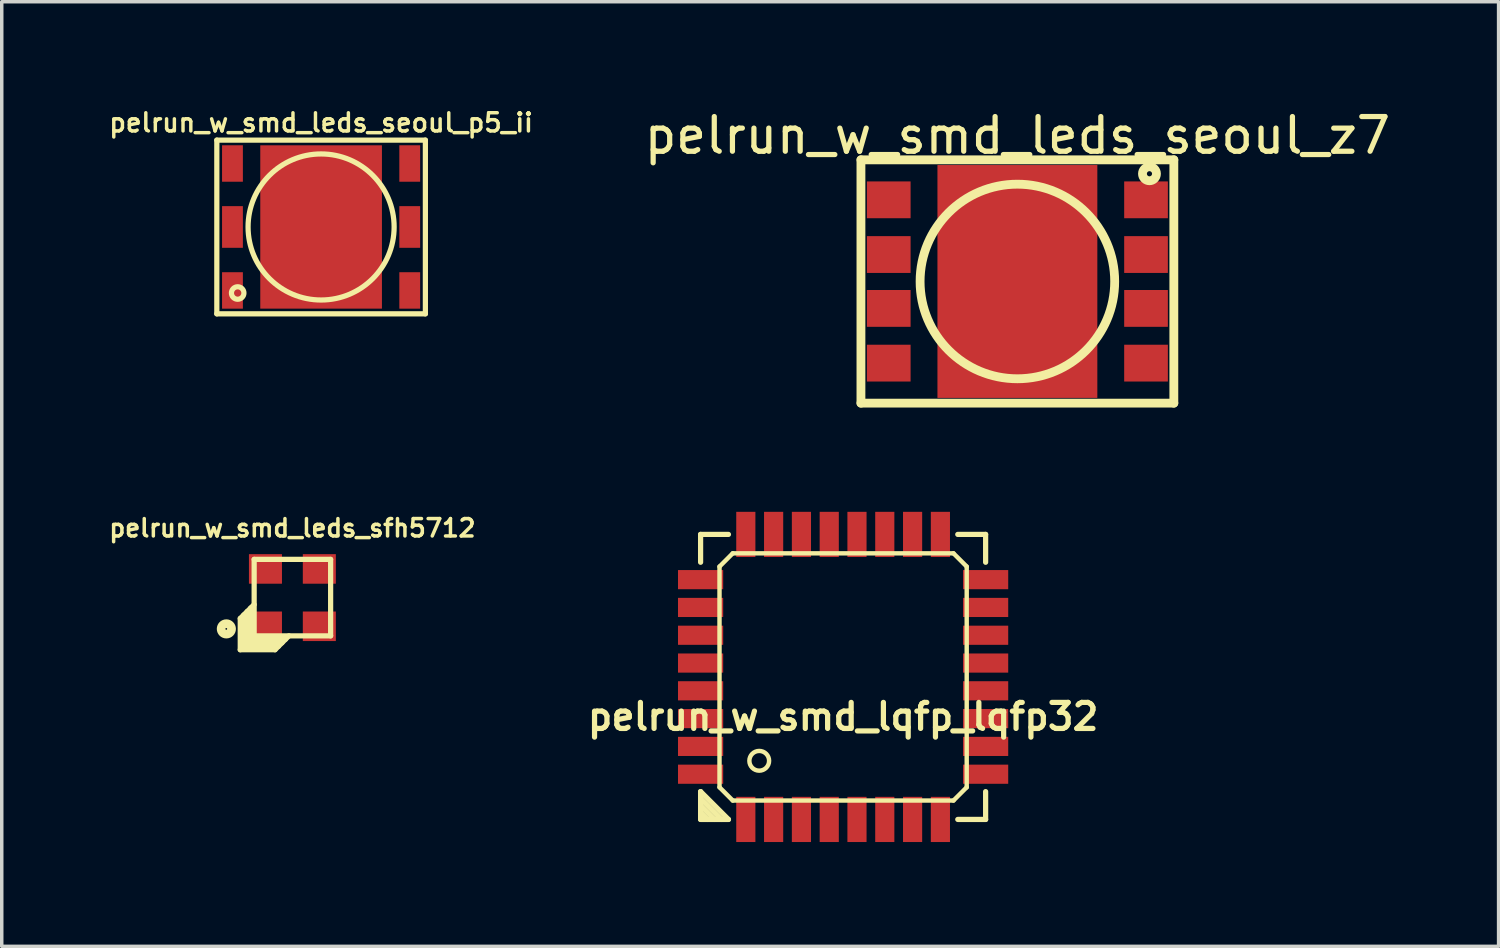
<source format=kicad_pcb>
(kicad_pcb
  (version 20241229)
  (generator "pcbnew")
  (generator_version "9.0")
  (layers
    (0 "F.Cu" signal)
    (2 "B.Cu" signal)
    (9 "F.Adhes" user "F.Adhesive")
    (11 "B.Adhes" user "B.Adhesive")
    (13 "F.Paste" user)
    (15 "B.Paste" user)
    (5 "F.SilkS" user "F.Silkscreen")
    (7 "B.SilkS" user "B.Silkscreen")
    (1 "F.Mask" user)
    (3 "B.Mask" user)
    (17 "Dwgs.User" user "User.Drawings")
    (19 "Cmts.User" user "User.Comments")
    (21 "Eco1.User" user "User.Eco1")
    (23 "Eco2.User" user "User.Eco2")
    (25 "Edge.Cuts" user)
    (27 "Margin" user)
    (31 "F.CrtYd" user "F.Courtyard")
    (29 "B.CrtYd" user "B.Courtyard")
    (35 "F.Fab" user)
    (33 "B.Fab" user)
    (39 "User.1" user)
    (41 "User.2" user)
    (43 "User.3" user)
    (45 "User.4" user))
  (footprint "pelrun_w_smd_leds_seoul_p5_ii"
    (layer "F.Cu")
    (at 6.188 3.48)
    (property "Reference" "pelrun_w_smd_leds_seoul_p5_ii" (at 0 -3 0) (layer "F.SilkS") (effects (font (size 0.523 0.523) (thickness 0.099))))
    (attr through_hole)
    (fp_line (start -3 -2.499) (end -3 2.499) (stroke (width 0.15) (type solid)) (layer "F.SilkS"))
    (fp_line (start -3 -2.499) (end 3 -2.499) (stroke (width 0.15) (type solid)) (layer "F.SilkS"))
    (fp_line (start 3 -2.499) (end 3 2.499) (stroke (width 0.15) (type solid)) (layer "F.SilkS"))
    (fp_line (start 3 2.499) (end -3 2.499) (stroke (width 0.15) (type solid)) (layer "F.SilkS"))
    (fp_circle (center -2.4 1.9) (end -2.55 1.999) (stroke (width 0.15) (type solid)) (fill no) (layer "F.SilkS"))
    (fp_circle (center 0 0) (end 0 -2.101) (stroke (width 0.15) (type solid)) (fill no) (layer "F.SilkS"))
    (pad "1" smd rect (at 2.55 -1.826) (size 0.599 1.049) (layers "F.Cu" "F.Mask" "F.Paste"))
    (pad "2" smd rect (at 2.55 0) (size 0.599 1.199) (layers "F.Cu" "F.Mask" "F.Paste"))
    (pad "3" smd rect (at 2.55 1.826) (size 0.599 1.049) (layers "F.Cu" "F.Mask" "F.Paste"))
    (pad "4" smd rect (at -2.55 1.826) (size 0.599 1.049) (layers "F.Cu" "F.Mask" "F.Paste"))
    (pad "5" smd rect (at -2.55 0) (size 0.599 1.199) (layers "F.Cu" "F.Mask" "F.Paste"))
    (pad "6" smd rect (at -2.55 -1.826) (size 0.599 1.049) (layers "F.Cu" "F.Mask" "F.Paste"))
    (pad "7" smd rect (at 0 0) (size 3.5 4.699) (layers "F.Cu" "F.Mask" "F.Paste")))
  (footprint "pelrun_w_smd_leds_sfh5712"
    (layer "F.Cu")
    (at 5.362 14.143)
    (property "Reference" "pelrun_w_smd_leds_sfh5712" (at 0 -2 0) (layer "F.SilkS") (effects (font (size 0.5 0.5) (thickness 0.1))))
    (attr through_hole)
    (fp_line (start -1.5 0.6) (end -1.5 1.5) (stroke (width 0.15) (type solid)) (layer "F.SilkS"))
    (fp_line (start -1.5 0.6) (end -1.1 0.2) (stroke (width 0.15) (type solid)) (layer "F.SilkS"))
    (fp_line (start -1.4 0.5) (end -1.4 1.4) (stroke (width 0.15) (type solid)) (layer "F.SilkS"))
    (fp_line (start -1.4 1.4) (end -0.4 1.4) (stroke (width 0.15) (type solid)) (layer "F.SilkS"))
    (fp_line (start -1.3 0.4) (end -1.3 1.3) (stroke (width 0.15) (type solid)) (layer "F.SilkS"))
    (fp_line (start -1.3 1.3) (end -0.3 1.3) (stroke (width 0.15) (type solid)) (layer "F.SilkS"))
    (fp_line (start -1.2 0.3) (end -1.2 1.2) (stroke (width 0.15) (type solid)) (layer "F.SilkS"))
    (fp_line (start -1.2 1.2) (end -0.2 1.2) (stroke (width 0.15) (type solid)) (layer "F.SilkS"))
    (fp_line (start -1.1 -1.1) (end 1.1 -1.1) (stroke (width 0.15) (type solid)) (layer "F.SilkS"))
    (fp_line (start -1.1 1.1) (end -1.1 -1.1) (stroke (width 0.15) (type solid)) (layer "F.SilkS"))
    (fp_line (start -1.1 1.1) (end 1.1 1.1) (stroke (width 0.15) (type solid)) (layer "F.SilkS"))
    (fp_line (start -0.5 1.5) (end -1.5 1.5) (stroke (width 0.15) (type solid)) (layer "F.SilkS"))
    (fp_line (start -0.5 1.5) (end -0.1 1.1) (stroke (width 0.15) (type solid)) (layer "F.SilkS"))
    (fp_line (start 1.1 -1.1) (end 1.1 1.1) (stroke (width 0.15) (type solid)) (layer "F.SilkS"))
    (fp_circle (center -1.902 0.9) (end -1.902 1) (stroke (width 0.15) (type solid)) (fill no) (layer "F.SilkS"))
    (fp_circle (center -1.9 0.9) (end -2.1 0.9) (stroke (width 0.15) (type solid)) (fill no) (layer "F.SilkS"))
    (pad "1" smd rect (at -0.775 0.825) (size 0.95 0.85) (layers "F.Cu" "F.Mask" "F.Paste"))
    (pad "2" smd rect (at 0.775 0.825) (size 0.95 0.85) (layers "F.Cu" "F.Mask" "F.Paste"))
    (pad "3" smd rect (at 0.775 -0.825) (size 0.95 0.85) (layers "F.Cu" "F.Mask" "F.Paste"))
    (pad "4" smd rect (at -0.775 -0.825) (size 0.95 0.85) (layers "F.Cu" "F.Mask" "F.Paste")))
  (footprint "pelrun_w_smd_leds_seoul_z7"
    (layer "F.Cu")
    (at 26.22 5.048)
    (property "Reference" "pelrun_w_smd_leds_seoul_z7" (at 0 -4.201 0) (layer "F.SilkS") (effects (font (size 0.998 0.998) (thickness 0.15))))
    (attr smd)
    (fp_line (start -4.501 -3.5) (end 4.501 -3.5) (stroke (width 0.254) (type solid)) (layer "F.SilkS"))
    (fp_line (start -4.501 3.5) (end -4.501 -3.5) (stroke (width 0.254) (type solid)) (layer "F.SilkS"))
    (fp_line (start 4.501 -3.5) (end 4.501 3.5) (stroke (width 0.254) (type solid)) (layer "F.SilkS"))
    (fp_line (start 4.501 3.5) (end -4.501 3.5) (stroke (width 0.254) (type solid)) (layer "F.SilkS"))
    (fp_circle (center 0 0) (end -2.799 0) (stroke (width 0.254) (type solid)) (fill no) (layer "F.SilkS"))
    (fp_circle (center 3.8 -3.099) (end 3.599 -3.099) (stroke (width 0.254) (type solid)) (fill no) (layer "F.SilkS"))
    (pad "" smd rect (at -1.15 -1.675) (size 2.3 3.35) (layers "F.Mask" "F.Paste"))
    (pad "" smd rect (at -1.15 1.675) (size 2.3 3.35) (layers "F.Mask" "F.Paste"))
    (pad "" smd rect (at 1.15 -1.675) (size 2.3 3.35) (layers "F.Mask" "F.Paste"))
    (pad "" smd rect (at 1.15 1.675) (size 2.3 3.35) (layers "F.Mask" "F.Paste"))
    (pad "1" smd rect (at 3.701 -2.349) (size 1.257 1.059) (layers "F.Cu" "F.Mask" "F.Paste"))
    (pad "2" smd rect (at 3.701 -0.775) (size 1.257 1.059) (layers "F.Cu" "F.Mask" "F.Paste"))
    (pad "3" smd rect (at 3.701 0.775) (size 1.257 1.059) (layers "F.Cu" "F.Mask" "F.Paste"))
    (pad "4" smd rect (at 3.701 2.349) (size 1.257 1.059) (layers "F.Cu" "F.Mask" "F.Paste"))
    (pad "5" smd rect (at -3.701 2.349) (size 1.257 1.059) (layers "F.Cu" "F.Mask" "F.Paste"))
    (pad "6" smd rect (at -3.701 0.775) (size 1.257 1.059) (layers "F.Cu" "F.Mask" "F.Paste"))
    (pad "7" smd rect (at -3.701 -0.775) (size 1.257 1.059) (layers "F.Cu" "F.Mask" "F.Paste"))
    (pad "8" smd rect (at -3.701 -2.349) (size 1.257 1.059) (layers "F.Cu" "F.Mask" "F.Paste"))
    (pad "9" smd rect (at 0 0) (size 4.6 6.7) (layers "F.Cu")))
  (footprint "pelrun_w_smd_lqfp_lqfp32"
    (layer "F.Cu")
    (at 21.206 16.425)
    (property "Reference" "pelrun_w_smd_lqfp_lqfp32" (at 0 1.143 0) (layer "F.SilkS") (effects (font (size 0.749 0.749) (thickness 0.15))))
    (attr through_hole)
    (fp_line (start -4.1 -4.1) (end -3.299 -4.1) (stroke (width 0.15) (type solid)) (layer "F.SilkS"))
    (fp_line (start -4.1 -3.299) (end -4.1 -4.1) (stroke (width 0.15) (type solid)) (layer "F.SilkS"))
    (fp_line (start -4.1 3.299) (end -3.299 4.1) (stroke (width 0.15) (type solid)) (layer "F.SilkS"))
    (fp_line (start -4.1 3.701) (end -3.701 4.1) (stroke (width 0.15) (type solid)) (layer "F.SilkS"))
    (fp_line (start -4.1 4.1) (end -4.1 3.299) (stroke (width 0.15) (type solid)) (layer "F.SilkS"))
    (fp_line (start -3.899 4.1) (end -4.1 3.899) (stroke (width 0.15) (type solid)) (layer "F.SilkS"))
    (fp_line (start -3.556 -3.175) (end -3.175 -3.556) (stroke (width 0.127) (type solid)) (layer "F.SilkS"))
    (fp_line (start -3.556 3.175) (end -3.556 -3.175) (stroke (width 0.127) (type solid)) (layer "F.SilkS"))
    (fp_line (start -3.5 4.1) (end -4.1 3.5) (stroke (width 0.15) (type solid)) (layer "F.SilkS"))
    (fp_line (start -3.299 4.1) (end -4.1 4.1) (stroke (width 0.15) (type solid)) (layer "F.SilkS"))
    (fp_line (start -3.175 -3.556) (end 3.175 -3.556) (stroke (width 0.127) (type solid)) (layer "F.SilkS"))
    (fp_line (start -3.175 3.556) (end -3.556 3.175) (stroke (width 0.127) (type solid)) (layer "F.SilkS"))
    (fp_line (start 3.175 -3.556) (end 3.556 -3.175) (stroke (width 0.127) (type solid)) (layer "F.SilkS"))
    (fp_line (start 3.175 3.556) (end -3.175 3.556) (stroke (width 0.127) (type solid)) (layer "F.SilkS"))
    (fp_line (start 3.299 -4.1) (end 4.1 -4.1) (stroke (width 0.15) (type solid)) (layer "F.SilkS"))
    (fp_line (start 3.556 -3.175) (end 3.556 3.175) (stroke (width 0.127) (type solid)) (layer "F.SilkS"))
    (fp_line (start 3.556 3.175) (end 3.175 3.556) (stroke (width 0.127) (type solid)) (layer "F.SilkS"))
    (fp_line (start 4.1 -4.1) (end 4.1 -3.299) (stroke (width 0.15) (type solid)) (layer "F.SilkS"))
    (fp_line (start 4.1 3.299) (end 4.1 4.1) (stroke (width 0.15) (type solid)) (layer "F.SilkS"))
    (fp_line (start 4.1 4.1) (end 3.299 4.1) (stroke (width 0.15) (type solid)) (layer "F.SilkS"))
    (fp_circle (center -2.413 2.413) (end -2.667 2.54) (stroke (width 0.127) (type solid)) (fill no) (layer "F.SilkS"))
    (pad "1" smd rect (at -2.799 4.1) (size 0.551 1.3) (layers "F.Cu" "F.Mask" "F.Paste"))
    (pad "2" smd rect (at -1.999 4.1) (size 0.551 1.3) (layers "F.Cu" "F.Mask" "F.Paste"))
    (pad "3" smd rect (at -1.199 4.1) (size 0.551 1.3) (layers "F.Cu" "F.Mask" "F.Paste"))
    (pad "4" smd rect (at -0.399 4.1) (size 0.551 1.3) (layers "F.Cu" "F.Mask" "F.Paste"))
    (pad "5" smd rect (at 0.399 4.1) (size 0.551 1.3) (layers "F.Cu" "F.Mask" "F.Paste"))
    (pad "6" smd rect (at 1.199 4.1) (size 0.551 1.3) (layers "F.Cu" "F.Mask" "F.Paste"))
    (pad "7" smd rect (at 1.999 4.1) (size 0.551 1.3) (layers "F.Cu" "F.Mask" "F.Paste"))
    (pad "8" smd rect (at 2.799 4.1) (size 0.551 1.3) (layers "F.Cu" "F.Mask" "F.Paste"))
    (pad "9" smd rect (at 4.1 2.799) (size 1.3 0.551) (layers "F.Cu" "F.Mask" "F.Paste"))
    (pad "10" smd rect (at 4.1 1.999) (size 1.3 0.551) (layers "F.Cu" "F.Mask" "F.Paste"))
    (pad "11" smd rect (at 4.1 1.199) (size 1.3 0.551) (layers "F.Cu" "F.Mask" "F.Paste"))
    (pad "12" smd rect (at 4.1 0.399) (size 1.3 0.551) (layers "F.Cu" "F.Mask" "F.Paste"))
    (pad "13" smd rect (at 4.1 -0.399) (size 1.3 0.551) (layers "F.Cu" "F.Mask" "F.Paste"))
    (pad "14" smd rect (at 4.1 -1.199) (size 1.3 0.551) (layers "F.Cu" "F.Mask" "F.Paste"))
    (pad "15" smd rect (at 4.1 -1.999) (size 1.3 0.551) (layers "F.Cu" "F.Mask" "F.Paste"))
    (pad "16" smd rect (at 4.1 -2.799) (size 1.3 0.551) (layers "F.Cu" "F.Mask" "F.Paste"))
    (pad "17" smd rect (at 2.799 -4.1) (size 0.551 1.3) (layers "F.Cu" "F.Mask" "F.Paste"))
    (pad "18" smd rect (at 1.999 -4.1) (size 0.551 1.3) (layers "F.Cu" "F.Mask" "F.Paste"))
    (pad "19" smd rect (at 1.199 -4.1) (size 0.551 1.3) (layers "F.Cu" "F.Mask" "F.Paste"))
    (pad "20" smd rect (at 0.399 -4.1) (size 0.551 1.3) (layers "F.Cu" "F.Mask" "F.Paste"))
    (pad "21" smd rect (at -0.399 -4.1) (size 0.551 1.3) (layers "F.Cu" "F.Mask" "F.Paste"))
    (pad "22" smd rect (at -1.199 -4.1) (size 0.551 1.3) (layers "F.Cu" "F.Mask" "F.Paste"))
    (pad "23" smd rect (at -1.999 -4.1) (size 0.551 1.3) (layers "F.Cu" "F.Mask" "F.Paste"))
    (pad "24" smd rect (at -2.799 -4.1) (size 0.551 1.3) (layers "F.Cu" "F.Mask" "F.Paste"))
    (pad "25" smd rect (at -4.1 -2.799) (size 1.3 0.551) (layers "F.Cu" "F.Mask" "F.Paste"))
    (pad "26" smd rect (at -4.1 -1.999) (size 1.3 0.551) (layers "F.Cu" "F.Mask" "F.Paste"))
    (pad "27" smd rect (at -4.1 -1.199) (size 1.3 0.551) (layers "F.Cu" "F.Mask" "F.Paste"))
    (pad "28" smd rect (at -4.1 -0.399) (size 1.3 0.551) (layers "F.Cu" "F.Mask" "F.Paste"))
    (pad "29" smd rect (at -4.1 0.399) (size 1.3 0.551) (layers "F.Cu" "F.Mask" "F.Paste"))
    (pad "30" smd rect (at -4.1 1.199) (size 1.3 0.551) (layers "F.Cu" "F.Mask" "F.Paste"))
    (pad "31" smd rect (at -4.1 1.999) (size 1.3 0.551) (layers "F.Cu" "F.Mask" "F.Paste"))
    (pad "32" smd rect (at -4.1 2.799) (size 1.3 0.551) (layers "F.Cu" "F.Mask" "F.Paste")))
  (gr_rect
    (start -3 -3)
    (end 40.064 24.175)
    (stroke (width 0.1) (type default))
    (fill no)
    (layer "Edge.Cuts")))
</source>
